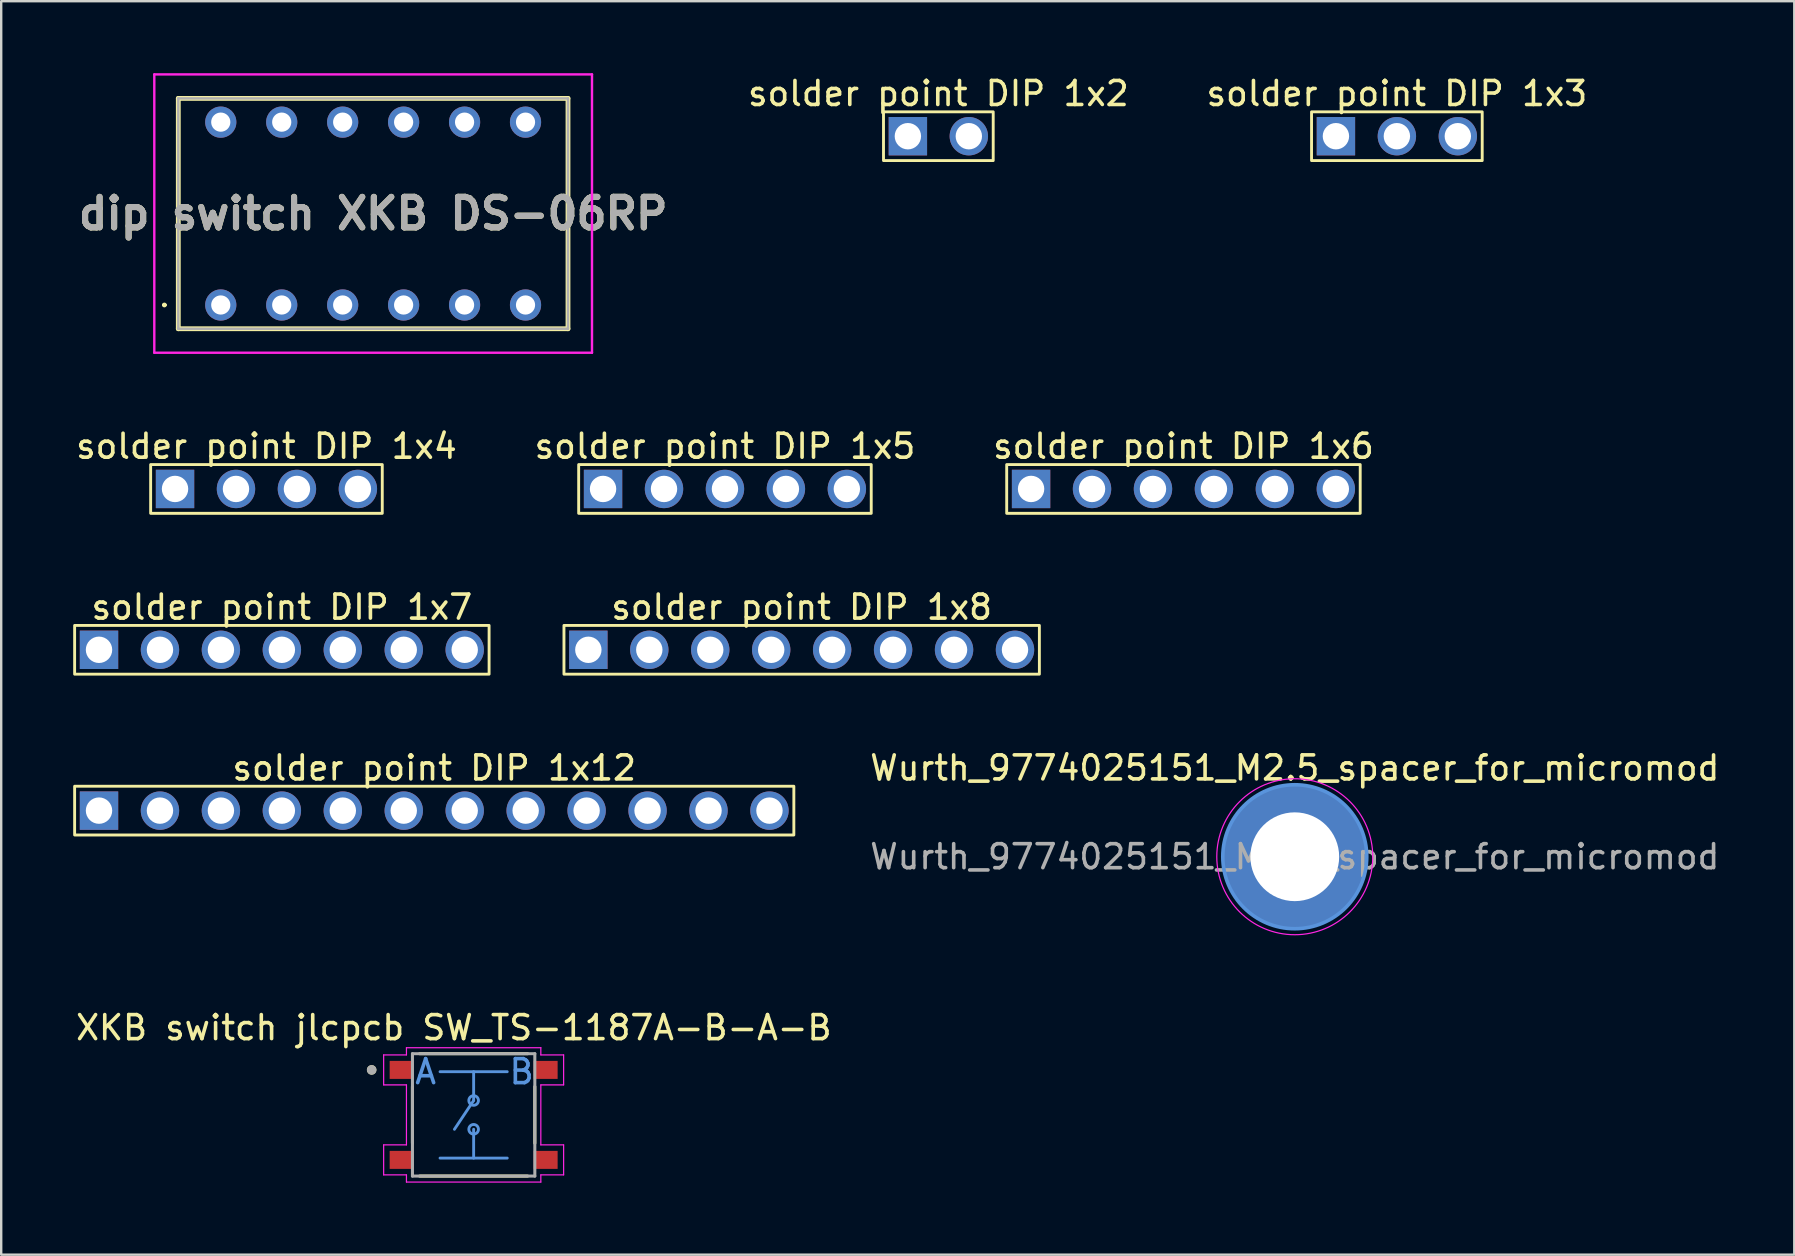
<source format=kicad_pcb>
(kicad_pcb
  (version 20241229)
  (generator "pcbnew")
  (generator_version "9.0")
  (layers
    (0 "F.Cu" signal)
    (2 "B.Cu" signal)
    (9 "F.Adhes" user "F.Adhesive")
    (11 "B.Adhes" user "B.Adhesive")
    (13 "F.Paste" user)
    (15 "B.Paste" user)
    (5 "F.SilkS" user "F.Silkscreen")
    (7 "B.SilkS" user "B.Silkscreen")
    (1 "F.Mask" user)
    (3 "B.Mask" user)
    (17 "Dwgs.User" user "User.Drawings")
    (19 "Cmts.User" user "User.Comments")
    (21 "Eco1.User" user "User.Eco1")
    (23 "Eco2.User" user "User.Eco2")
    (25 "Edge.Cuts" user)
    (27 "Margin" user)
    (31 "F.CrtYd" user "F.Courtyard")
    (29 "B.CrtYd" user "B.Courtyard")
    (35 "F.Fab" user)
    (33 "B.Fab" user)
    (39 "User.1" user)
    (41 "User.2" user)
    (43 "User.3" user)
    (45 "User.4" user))
  (footprint "solder point DIP 1x6"
    (layer "F.Cu")
    (at 46.268 17.326)
    (property "Reference" "solder point DIP 1x6" (at 0 -1.778 0) (layer "F.SilkS") (effects (font (size 1 1) (thickness 0.15))))
    (attr through_hole)
    (fp_rect (start -7.366 -1.016) (end 7.366 1.016) (stroke (width 0.12) (type solid)) (fill no) (layer "F.SilkS"))
    (pad "1" thru_hole rect (at -6.35 0) (size 1.6 1.6) (drill 1.1) (layers "*.Cu" "*.Mask"))
    (pad "2" thru_hole circle (at -3.81 0) (size 1.6 1.6) (drill 1.1) (layers "*.Cu" "*.Mask"))
    (pad "3" thru_hole circle (at -1.27 0) (size 1.6 1.6) (drill 1.1) (layers "*.Cu" "*.Mask"))
    (pad "4" thru_hole circle (at 1.27 0) (size 1.6 1.6) (drill 1.1) (layers "*.Cu" "*.Mask"))
    (pad "5" thru_hole circle (at 3.81 0) (size 1.6 1.6) (drill 1.1) (layers "*.Cu" "*.Mask"))
    (pad "6" thru_hole circle (at 6.35 0) (size 1.6 1.6) (drill 1.1) (layers "*.Cu" "*.Mask")))
  (footprint "solder point DIP 1x4"
    (layer "F.Cu")
    (at 8.054 17.326)
    (property "Reference" "solder point DIP 1x4" (at 0 -1.778 0) (layer "F.SilkS") (effects (font (size 1 1) (thickness 0.15))))
    (attr through_hole)
    (fp_rect (start -4.826 -1.016) (end 4.826 1.016) (stroke (width 0.12) (type solid)) (fill no) (layer "F.SilkS"))
    (pad "1" thru_hole rect (at -3.81 0) (size 1.6 1.6) (drill 1.1) (layers "*.Cu" "*.Mask"))
    (pad "2" thru_hole circle (at -1.27 0) (size 1.6 1.6) (drill 1.1) (layers "*.Cu" "*.Mask"))
    (pad "3" thru_hole circle (at 1.27 0) (size 1.6 1.6) (drill 1.1) (layers "*.Cu" "*.Mask"))
    (pad "4" thru_hole circle (at 3.81 0) (size 1.6 1.6) (drill 1.1) (layers "*.Cu" "*.Mask")))
  (footprint "solder point DIP 1x8"
    (layer "F.Cu")
    (at 30.358 24.029)
    (property "Reference" "solder point DIP 1x8" (at 0 -1.778 0) (layer "F.SilkS") (effects (font (size 1 1) (thickness 0.15))))
    (attr through_hole)
    (fp_rect (start -9.906 -1.016) (end 9.906 1.016) (stroke (width 0.12) (type solid)) (fill no) (layer "F.SilkS"))
    (pad "1" thru_hole rect (at -8.89 0) (size 1.6 1.6) (drill 1.1) (layers "*.Cu" "*.Mask"))
    (pad "2" thru_hole circle (at -6.35 0) (size 1.6 1.6) (drill 1.1) (layers "*.Cu" "*.Mask"))
    (pad "3" thru_hole circle (at -3.81 0) (size 1.6 1.6) (drill 1.1) (layers "*.Cu" "*.Mask"))
    (pad "4" thru_hole circle (at -1.27 0) (size 1.6 1.6) (drill 1.1) (layers "*.Cu" "*.Mask"))
    (pad "5" thru_hole circle (at 1.27 0) (size 1.6 1.6) (drill 1.1) (layers "*.Cu" "*.Mask"))
    (pad "6" thru_hole circle (at 3.81 0) (size 1.6 1.6) (drill 1.1) (layers "*.Cu" "*.Mask"))
    (pad "7" thru_hole circle (at 6.35 0) (size 1.6 1.6) (drill 1.1) (layers "*.Cu" "*.Mask"))
    (pad "8" thru_hole circle (at 8.89 0) (size 1.6 1.6) (drill 1.1) (layers "*.Cu" "*.Mask")))
  (footprint "solder point DIP 1x2"
    (layer "F.Cu")
    (at 36.054 2.626)
    (property "Reference" "solder point DIP 1x2" (at 0 -1.778 0) (layer "F.SilkS") (effects (font (size 1 1) (thickness 0.15))))
    (attr through_hole)
    (fp_rect (start -2.286 -1.016) (end 2.286 1.016) (stroke (width 0.12) (type solid)) (fill no) (layer "F.SilkS"))
    (pad "1" thru_hole rect (at -1.27 0) (size 1.6 1.6) (drill 1.1) (layers "*.Cu" "*.Mask"))
    (pad "2" thru_hole circle (at 1.27 0) (size 1.6 1.6) (drill 1.1) (layers "*.Cu" "*.Mask")))
  (footprint "solder point DIP 1x7"
    (layer "F.Cu")
    (at 8.696 24.029)
    (property "Reference" "solder point DIP 1x7" (at 0 -1.778 0) (layer "F.SilkS") (effects (font (size 1 1) (thickness 0.15))))
    (attr through_hole)
    (fp_rect (start -8.636 -1.016) (end 8.636 1.016) (stroke (width 0.12) (type solid)) (fill no) (layer "F.SilkS"))
    (pad "1" thru_hole rect (at -7.62 0) (size 1.6 1.6) (drill 1.1) (layers "*.Cu" "*.Mask"))
    (pad "2" thru_hole circle (at -5.08 0) (size 1.6 1.6) (drill 1.1) (layers "*.Cu" "*.Mask"))
    (pad "3" thru_hole circle (at -2.54 0) (size 1.6 1.6) (drill 1.1) (layers "*.Cu" "*.Mask"))
    (pad "4" thru_hole circle (at 0 0) (size 1.6 1.6) (drill 1.1) (layers "*.Cu" "*.Mask"))
    (pad "5" thru_hole circle (at 2.54 0) (size 1.6 1.6) (drill 1.1) (layers "*.Cu" "*.Mask"))
    (pad "6" thru_hole circle (at 5.08 0) (size 1.6 1.6) (drill 1.1) (layers "*.Cu" "*.Mask"))
    (pad "7" thru_hole circle (at 7.62 0) (size 1.6 1.6) (drill 1.1) (layers "*.Cu" "*.Mask")))
  (footprint "dip switch XKB DS-06RP"
    (layer "F.Cu")
    (at 6.15 9.66)
    (property "Reference" "dip switch XKB DS-06RP" (at 6.35 -3.81 0) (layer "F.SilkS") (effects (font (size 1.27 1.27) (thickness 0.254))))
    (attr through_hole)
    (fp_line (start -2.4 0) (end -2.4 0) (stroke (width 0.1) (type solid)) (layer "F.SilkS"))
    (fp_line (start -2.3 0) (end -2.3 0) (stroke (width 0.1) (type solid)) (layer "F.SilkS"))
    (fp_line (start -1.77 -8.61) (end 14.47 -8.61) (stroke (width 0.2) (type solid)) (layer "F.SilkS"))
    (fp_line (start -1.77 0.99) (end -1.77 -8.61) (stroke (width 0.2) (type solid)) (layer "F.SilkS"))
    (fp_line (start 14.47 -8.61) (end 14.47 0.99) (stroke (width 0.2) (type solid)) (layer "F.SilkS"))
    (fp_line (start 14.47 0.99) (end -1.77 0.99) (stroke (width 0.2) (type solid)) (layer "F.SilkS"))
    (fp_arc (start -2.4 0) (mid -2.35 -0.05) (end -2.3 0) (stroke (width 0.1) (type solid)) (layer "F.SilkS"))
    (fp_arc (start -2.3 0) (mid -2.35 0.05) (end -2.4 0) (stroke (width 0.1) (type solid)) (layer "F.SilkS"))
    (fp_line (start -2.77 -9.61) (end 15.47 -9.61) (stroke (width 0.1) (type solid)) (layer "F.CrtYd"))
    (fp_line (start -2.77 1.99) (end -2.77 -9.61) (stroke (width 0.1) (type solid)) (layer "F.CrtYd"))
    (fp_line (start 15.47 -9.61) (end 15.47 1.99) (stroke (width 0.1) (type solid)) (layer "F.CrtYd"))
    (fp_line (start 15.47 1.99) (end -2.77 1.99) (stroke (width 0.1) (type solid)) (layer "F.CrtYd"))
    (fp_line (start -1.77 -8.61) (end 14.47 -8.61) (stroke (width 0.1) (type solid)) (layer "F.Fab"))
    (fp_line (start -1.77 0.99) (end -1.77 -8.61) (stroke (width 0.1) (type solid)) (layer "F.Fab"))
    (fp_line (start 14.47 -8.61) (end 14.47 0.99) (stroke (width 0.1) (type solid)) (layer "F.Fab"))
    (fp_line (start 14.47 0.99) (end -1.77 0.99) (stroke (width 0.1) (type solid)) (layer "F.Fab"))
    (fp_text user "${REFERENCE}" (at 6.35 -3.81 0) (layer "F.Fab") (effects (font (size 1.27 1.27) (thickness 0.254))))
    (pad "1" thru_hole circle (at 0 0) (size 1.3 1.3) (drill 0.8) (layers "*.Cu" "*.Mask"))
    (pad "2" thru_hole circle (at 2.54 0) (size 1.3 1.3) (drill 0.8) (layers "*.Cu" "*.Mask"))
    (pad "3" thru_hole circle (at 5.08 0) (size 1.3 1.3) (drill 0.8) (layers "*.Cu" "*.Mask"))
    (pad "4" thru_hole circle (at 7.62 0) (size 1.3 1.3) (drill 0.8) (layers "*.Cu" "*.Mask"))
    (pad "5" thru_hole circle (at 10.16 0) (size 1.3 1.3) (drill 0.8) (layers "*.Cu" "*.Mask"))
    (pad "6" thru_hole circle (at 12.7 0) (size 1.3 1.3) (drill 0.8) (layers "*.Cu" "*.Mask"))
    (pad "7" thru_hole circle (at 12.7 -7.62) (size 1.3 1.3) (drill 0.8) (layers "*.Cu" "*.Mask"))
    (pad "8" thru_hole circle (at 10.16 -7.62) (size 1.3 1.3) (drill 0.8) (layers "*.Cu" "*.Mask"))
    (pad "9" thru_hole circle (at 7.62 -7.62) (size 1.3 1.3) (drill 0.8) (layers "*.Cu" "*.Mask"))
    (pad "10" thru_hole circle (at 5.08 -7.62) (size 1.3 1.3) (drill 0.8) (layers "*.Cu" "*.Mask"))
    (pad "11" thru_hole circle (at 2.54 -7.62) (size 1.3 1.3) (drill 0.8) (layers "*.Cu" "*.Mask"))
    (pad "12" thru_hole circle (at 0 -7.62) (size 1.3 1.3) (drill 0.8) (layers "*.Cu" "*.Mask")))
  (footprint "solder point DIP 1x3"
    (layer "F.Cu")
    (at 55.162 2.626)
    (property "Reference" "solder point DIP 1x3" (at 0 -1.778 0) (layer "F.SilkS") (effects (font (size 1 1) (thickness 0.15))))
    (attr through_hole)
    (fp_rect (start -3.556 -1.016) (end 3.556 1.016) (stroke (width 0.12) (type solid)) (fill no) (layer "F.SilkS"))
    (pad "1" thru_hole rect (at -2.54 0) (size 1.6 1.6) (drill 1.1) (layers "*.Cu" "*.Mask"))
    (pad "2" thru_hole circle (at 0 0) (size 1.6 1.6) (drill 1.1) (layers "*.Cu" "*.Mask"))
    (pad "3" thru_hole circle (at 2.54 0) (size 1.6 1.6) (drill 1.1) (layers "*.Cu" "*.Mask")))
  (footprint "Wurth_9774025151_M2.5_spacer_for_micromod"
    (layer "F.Cu")
    (at 50.907 32.653)
    (property "Reference" "Wurth_9774025151_M2.5_spacer_for_micromod" (at 0 -3.7 0) (layer "F.SilkS") (effects (font (size 1 1) (thickness 0.15))))
    (attr exclude_from_pos_files exclude_from_bom)
    (fp_circle (center 0 0) (end 3 0) (stroke (width 0.15) (type solid)) (fill no) (layer "Cmts.User"))
    (fp_circle (center 0 0) (end 3.25 0) (stroke (width 0.05) (type solid)) (fill no) (layer "F.CrtYd"))
    (fp_text user "${REFERENCE}" (at 0 0 0) (layer "F.Fab") (effects (font (size 1 1) (thickness 0.15))))
    (pad "1" thru_hole circle (at 0 0) (size 6 6) (drill 3.7) (layers "*.Cu" "*.Mask")))
  (footprint "solder point DIP 1x12"
    (layer "F.Cu")
    (at 15.046 30.731)
    (property "Reference" "solder point DIP 1x12" (at 0 -1.778 0) (layer "F.SilkS") (effects (font (size 1 1) (thickness 0.15))))
    (attr through_hole)
    (fp_rect (start -14.986 -1.016) (end 14.986 1.016) (stroke (width 0.12) (type solid)) (fill no) (layer "F.SilkS"))
    (pad "1" thru_hole rect (at -13.97 0) (size 1.6 1.6) (drill 1.1) (layers "*.Cu" "*.Mask"))
    (pad "2" thru_hole circle (at -11.43 0) (size 1.6 1.6) (drill 1.1) (layers "*.Cu" "*.Mask"))
    (pad "3" thru_hole circle (at -8.89 0) (size 1.6 1.6) (drill 1.1) (layers "*.Cu" "*.Mask"))
    (pad "4" thru_hole circle (at -6.35 0) (size 1.6 1.6) (drill 1.1) (layers "*.Cu" "*.Mask"))
    (pad "5" thru_hole circle (at -3.81 0) (size 1.6 1.6) (drill 1.1) (layers "*.Cu" "*.Mask"))
    (pad "6" thru_hole circle (at -1.27 0) (size 1.6 1.6) (drill 1.1) (layers "*.Cu" "*.Mask"))
    (pad "7" thru_hole circle (at 1.27 0) (size 1.6 1.6) (drill 1.1) (layers "*.Cu" "*.Mask"))
    (pad "8" thru_hole circle (at 3.81 0) (size 1.6 1.6) (drill 1.1) (layers "*.Cu" "*.Mask"))
    (pad "9" thru_hole circle (at 6.35 0) (size 1.6 1.6) (drill 1.1) (layers "*.Cu" "*.Mask"))
    (pad "10" thru_hole circle (at 8.89 0) (size 1.6 1.6) (drill 1.1) (layers "*.Cu" "*.Mask"))
    (pad "11" thru_hole circle (at 11.43 0) (size 1.6 1.6) (drill 1.1) (layers "*.Cu" "*.Mask"))
    (pad "12" thru_hole circle (at 13.97 0) (size 1.6 1.6) (drill 1.1) (layers "*.Cu" "*.Mask")))
  (footprint "XKB switch jlcpcb SW_TS-1187A-B-A-B"
    (layer "F.Cu")
    (at 16.688 43.411)
    (property "Reference" "XKB switch jlcpcb SW_TS-1187A-B-A-B" (at -0.825 -3.635 0) (layer "F.SilkS") (effects (font (size 1 1) (thickness 0.15))))
    (attr through_hole)
    (fp_line (start -2.55 -1.18) (end -2.55 1.18) (stroke (width 0.127) (type solid)) (layer "F.SilkS"))
    (fp_line (start 2.25 -2.55) (end -2.25 -2.55) (stroke (width 0.127) (type solid)) (layer "F.SilkS"))
    (fp_line (start 2.25 2.55) (end -2.25 2.55) (stroke (width 0.127) (type solid)) (layer "F.SilkS"))
    (fp_line (start 2.55 1.18) (end 2.55 -1.18) (stroke (width 0.127) (type solid)) (layer "F.SilkS"))
    (fp_circle (center -4.25 -1.875) (end -4.15 -1.875) (stroke (width 0.2) (type solid)) (fill no) (layer "F.SilkS"))
    (fp_line (start -1.4 -1.8) (end 1.4 -1.8) (stroke (width 0.12) (type solid)) (layer "Cmts.User"))
    (fp_line (start 0 -1.8) (end 0 -0.6) (stroke (width 0.12) (type solid)) (layer "Cmts.User"))
    (fp_line (start 0 -0.6) (end -0.8 0.6) (stroke (width 0.12) (type solid)) (layer "Cmts.User"))
    (fp_line (start 0 1.8) (end 0 0.6) (stroke (width 0.12) (type solid)) (layer "Cmts.User"))
    (fp_line (start 1.4 1.8) (end -1.4 1.8) (stroke (width 0.12) (type solid)) (layer "Cmts.User"))
    (fp_circle (center 0 -0.6) (end 0.2 -0.6) (stroke (width 0.12) (type solid)) (fill no) (layer "Cmts.User"))
    (fp_circle (center 0 0.6) (end 0.2 0.6) (stroke (width 0.12) (type solid)) (fill no) (layer "Cmts.User"))
    (fp_line (start -3.75 -2.5) (end -3.75 -1.25) (stroke (width 0.05) (type solid)) (layer "F.CrtYd"))
    (fp_line (start -3.75 -2.5) (end -2.8 -2.5) (stroke (width 0.05) (type solid)) (layer "F.CrtYd"))
    (fp_line (start -3.75 -1.25) (end -2.8 -1.25) (stroke (width 0.05) (type solid)) (layer "F.CrtYd"))
    (fp_line (start -3.75 1.25) (end -2.8 1.25) (stroke (width 0.05) (type solid)) (layer "F.CrtYd"))
    (fp_line (start -3.75 2.5) (end -3.75 1.25) (stroke (width 0.05) (type solid)) (layer "F.CrtYd"))
    (fp_line (start -3.75 2.5) (end -2.8 2.5) (stroke (width 0.05) (type solid)) (layer "F.CrtYd"))
    (fp_line (start -2.8 -2.8) (end -2.8 -2.5) (stroke (width 0.05) (type solid)) (layer "F.CrtYd"))
    (fp_line (start -2.8 -1.25) (end -2.8 1.25) (stroke (width 0.05) (type solid)) (layer "F.CrtYd"))
    (fp_line (start -2.8 2.8) (end -2.8 2.5) (stroke (width 0.05) (type solid)) (layer "F.CrtYd"))
    (fp_line (start -2.8 2.8) (end 2.8 2.8) (stroke (width 0.05) (type solid)) (layer "F.CrtYd"))
    (fp_line (start 2.8 -2.8) (end -2.8 -2.8) (stroke (width 0.05) (type solid)) (layer "F.CrtYd"))
    (fp_line (start 2.8 -2.8) (end 2.8 -2.5) (stroke (width 0.05) (type solid)) (layer "F.CrtYd"))
    (fp_line (start 2.8 -1.25) (end 2.8 1.25) (stroke (width 0.05) (type solid)) (layer "F.CrtYd"))
    (fp_line (start 2.8 2.8) (end 2.8 2.5) (stroke (width 0.05) (type solid)) (layer "F.CrtYd"))
    (fp_line (start 3.75 -2.5) (end 2.8 -2.5) (stroke (width 0.05) (type solid)) (layer "F.CrtYd"))
    (fp_line (start 3.75 -2.5) (end 3.75 -1.25) (stroke (width 0.05) (type solid)) (layer "F.CrtYd"))
    (fp_line (start 3.75 -1.25) (end 2.8 -1.25) (stroke (width 0.05) (type solid)) (layer "F.CrtYd"))
    (fp_line (start 3.75 1.25) (end 2.8 1.25) (stroke (width 0.05) (type solid)) (layer "F.CrtYd"))
    (fp_line (start 3.75 2.5) (end 2.8 2.5) (stroke (width 0.05) (type solid)) (layer "F.CrtYd"))
    (fp_line (start 3.75 2.5) (end 3.75 1.25) (stroke (width 0.05) (type solid)) (layer "F.CrtYd"))
    (fp_line (start -2.55 -2.55) (end -2.55 2.55) (stroke (width 0.127) (type solid)) (layer "F.Fab"))
    (fp_line (start -2.55 2.55) (end 2.55 2.55) (stroke (width 0.127) (type solid)) (layer "F.Fab"))
    (fp_line (start 2.55 -2.55) (end -2.55 -2.55) (stroke (width 0.127) (type solid)) (layer "F.Fab"))
    (fp_line (start 2.55 2.55) (end 2.55 -2.55) (stroke (width 0.127) (type solid)) (layer "F.Fab"))
    (fp_circle (center -4.25 -1.875) (end -4.15 -1.875) (stroke (width 0.2) (type solid)) (fill no) (layer "F.Fab"))
    (fp_text user "A" (at -2 -1.8 0) (unlocked yes) (layer "Cmts.User") (effects (font (size 1 1) (thickness 0.15))))
    (fp_text user "B" (at 2 -1.8 0) (unlocked yes) (layer "Cmts.User") (effects (font (size 1 1) (thickness 0.15))))
    (pad "1" smd rect (at -3 -1.875) (size 1 0.75) (layers "F.Cu" "F.Mask" "F.Paste"))
    (pad "2" smd rect (at -3 1.875) (size 1 0.75) (layers "F.Cu" "F.Mask" "F.Paste"))
    (pad "3" smd rect (at 3 -1.875) (size 1 0.75) (layers "F.Cu" "F.Mask" "F.Paste"))
    (pad "4" smd rect (at 3 1.875) (size 1 0.75) (layers "F.Cu" "F.Mask" "F.Paste")))
  (footprint "solder point DIP 1x5"
    (layer "F.Cu")
    (at 27.161 17.326)
    (property "Reference" "solder point DIP 1x5" (at 0 -1.778 0) (layer "F.SilkS") (effects (font (size 1 1) (thickness 0.15))))
    (attr through_hole)
    (fp_rect (start -6.096 -1.016) (end 6.096 1.016) (stroke (width 0.12) (type solid)) (fill no) (layer "F.SilkS"))
    (pad "1" thru_hole rect (at -5.08 0) (size 1.6 1.6) (drill 1.1) (layers "*.Cu" "*.Mask"))
    (pad "2" thru_hole circle (at -2.54 0) (size 1.6 1.6) (drill 1.1) (layers "*.Cu" "*.Mask"))
    (pad "3" thru_hole circle (at 0 0) (size 1.6 1.6) (drill 1.1) (layers "*.Cu" "*.Mask"))
    (pad "4" thru_hole circle (at 2.54 0) (size 1.6 1.6) (drill 1.1) (layers "*.Cu" "*.Mask"))
    (pad "5" thru_hole circle (at 5.08 0) (size 1.6 1.6) (drill 1.1) (layers "*.Cu" "*.Mask")))
  (gr_rect
    (start -3 -3)
    (end 71.723 49.236)
    (stroke (width 0.1) (type default))
    (fill no)
    (layer "Edge.Cuts")))
</source>
